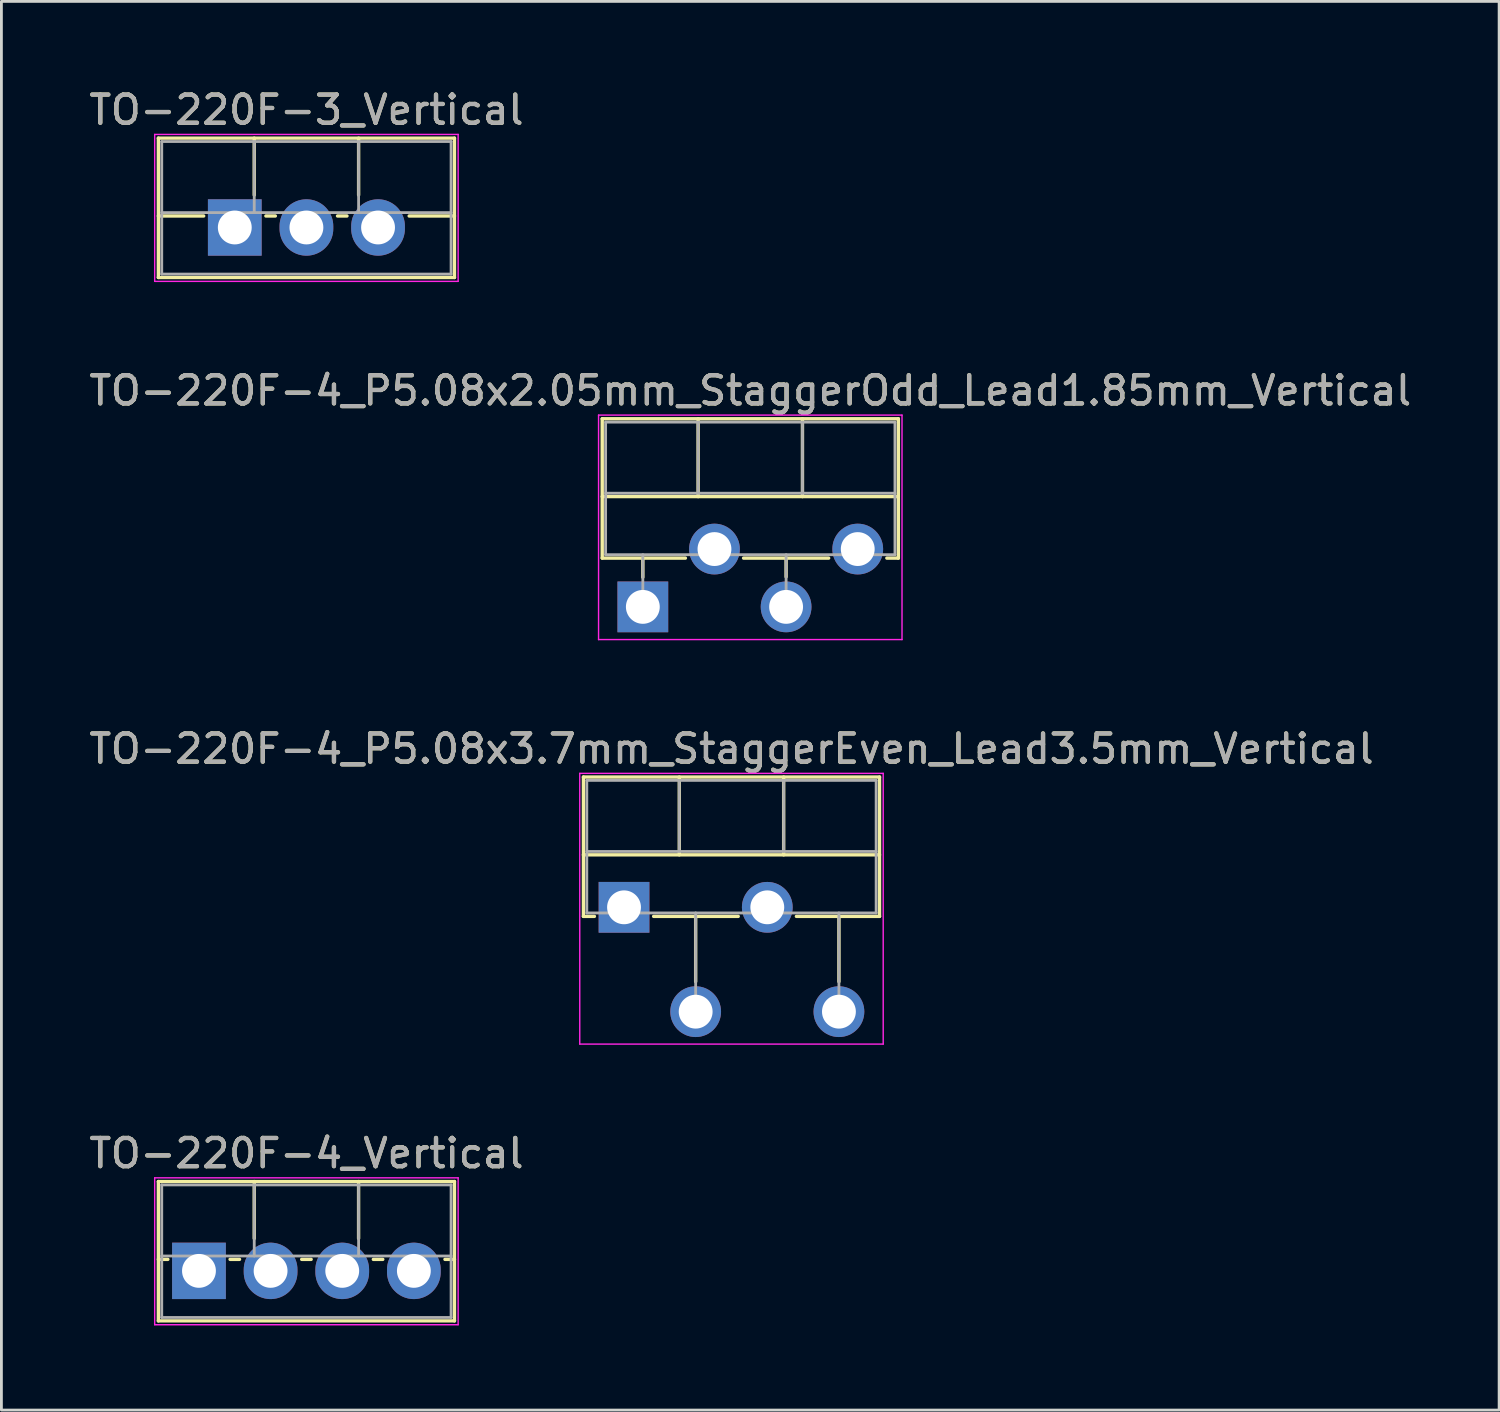
<source format=kicad_pcb>
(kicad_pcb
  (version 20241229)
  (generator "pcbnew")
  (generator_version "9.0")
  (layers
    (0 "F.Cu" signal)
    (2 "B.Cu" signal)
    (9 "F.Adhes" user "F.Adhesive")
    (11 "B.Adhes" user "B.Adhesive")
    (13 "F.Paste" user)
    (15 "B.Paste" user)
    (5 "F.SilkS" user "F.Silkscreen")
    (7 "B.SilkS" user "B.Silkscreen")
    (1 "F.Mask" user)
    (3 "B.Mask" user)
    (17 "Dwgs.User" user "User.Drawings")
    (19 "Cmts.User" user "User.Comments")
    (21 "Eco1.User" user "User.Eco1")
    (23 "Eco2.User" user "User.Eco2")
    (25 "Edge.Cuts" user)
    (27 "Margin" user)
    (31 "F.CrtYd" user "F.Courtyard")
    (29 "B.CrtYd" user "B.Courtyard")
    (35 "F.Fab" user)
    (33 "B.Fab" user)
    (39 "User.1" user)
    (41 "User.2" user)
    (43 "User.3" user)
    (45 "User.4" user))
  (footprint "TO-220F-4_P5.08x2.05mm_StaggerOdd_Lead1.85mm_Vertical"
    (layer "F.Cu")
    (at 19.744 18.469)
    (property "Reference" "TO-220F-4_P5.08x2.05mm_StaggerOdd_Lead1.85mm_Vertical" (at 3.81 -7.67 0) (layer "F.SilkS") (effects (font (size 1 1) (thickness 0.15))))
    (attr through_hole)
    (fp_line (start -1.44 -6.67) (end -1.44 -1.729) (stroke (width 0.12) (type solid)) (layer "F.SilkS"))
    (fp_line (start -1.44 -6.67) (end 9.06 -6.67) (stroke (width 0.12) (type solid)) (layer "F.SilkS"))
    (fp_line (start -1.44 -3.911) (end 9.06 -3.911) (stroke (width 0.12) (type solid)) (layer "F.SilkS"))
    (fp_line (start -1.44 -1.729) (end 1.509 -1.729) (stroke (width 0.12) (type solid)) (layer "F.SilkS"))
    (fp_line (start 0 -1.729) (end 0 -1.05) (stroke (width 0.12) (type solid)) (layer "F.SilkS"))
    (fp_line (start 1.96 -6.67) (end 1.96 -3.911) (stroke (width 0.12) (type solid)) (layer "F.SilkS"))
    (fp_line (start 3.572 -1.729) (end 6.589 -1.729) (stroke (width 0.12) (type solid)) (layer "F.SilkS"))
    (fp_line (start 5.08 -1.729) (end 5.08 -1.065) (stroke (width 0.12) (type solid)) (layer "F.SilkS"))
    (fp_line (start 5.66 -6.67) (end 5.66 -3.911) (stroke (width 0.12) (type solid)) (layer "F.SilkS"))
    (fp_line (start 8.652 -1.729) (end 9.06 -1.729) (stroke (width 0.12) (type solid)) (layer "F.SilkS"))
    (fp_line (start 9.06 -6.67) (end 9.06 -1.729) (stroke (width 0.12) (type solid)) (layer "F.SilkS"))
    (fp_line (start -1.57 -6.8) (end -1.57 1.16) (stroke (width 0.05) (type solid)) (layer "F.CrtYd"))
    (fp_line (start -1.57 1.16) (end 9.19 1.16) (stroke (width 0.05) (type solid)) (layer "F.CrtYd"))
    (fp_line (start 9.19 -6.8) (end -1.57 -6.8) (stroke (width 0.05) (type solid)) (layer "F.CrtYd"))
    (fp_line (start 9.19 1.16) (end 9.19 -6.8) (stroke (width 0.05) (type solid)) (layer "F.CrtYd"))
    (fp_line (start -1.32 -6.55) (end -1.32 -1.85) (stroke (width 0.1) (type solid)) (layer "F.Fab"))
    (fp_line (start -1.32 -4.03) (end 8.94 -4.03) (stroke (width 0.1) (type solid)) (layer "F.Fab"))
    (fp_line (start -1.32 -1.85) (end 8.94 -1.85) (stroke (width 0.1) (type solid)) (layer "F.Fab"))
    (fp_line (start 0 -1.85) (end 0 0) (stroke (width 0.1) (type solid)) (layer "F.Fab"))
    (fp_line (start 1.96 -6.55) (end 1.96 -4.03) (stroke (width 0.1) (type solid)) (layer "F.Fab"))
    (fp_line (start 5.08 -1.85) (end 5.08 0) (stroke (width 0.1) (type solid)) (layer "F.Fab"))
    (fp_line (start 5.66 -6.55) (end 5.66 -4.03) (stroke (width 0.1) (type solid)) (layer "F.Fab"))
    (fp_line (start 8.94 -6.55) (end -1.32 -6.55) (stroke (width 0.1) (type solid)) (layer "F.Fab"))
    (fp_line (start 8.94 -1.85) (end 8.94 -6.55) (stroke (width 0.1) (type solid)) (layer "F.Fab"))
    (fp_text user "${REFERENCE}" (at 3.81 -7.67 0) (layer "F.Fab") (effects (font (size 1 1) (thickness 0.15))))
    (pad "1" thru_hole rect (at 0 0) (size 1.8 1.8) (drill 1.2) (layers "*.Cu" "*.Mask"))
    (pad "2" thru_hole oval (at 2.54 -2.05) (size 1.8 1.8) (drill 1.2) (layers "*.Cu" "*.Mask"))
    (pad "3" thru_hole oval (at 5.08 0) (size 1.8 1.8) (drill 1.2) (layers "*.Cu" "*.Mask"))
    (pad "4" thru_hole oval (at 7.62 -2.05) (size 1.8 1.8) (drill 1.2) (layers "*.Cu" "*.Mask")))
  (footprint "TO-220F-4_P5.08x3.7mm_StaggerEven_Lead3.5mm_Vertical"
    (layer "F.Cu")
    (at 19.077 29.122)
    (property "Reference" "TO-220F-4_P5.08x3.7mm_StaggerEven_Lead3.5mm_Vertical" (at 3.81 -5.62 0) (layer "F.SilkS") (effects (font (size 1 1) (thickness 0.15))))
    (attr through_hole)
    (fp_line (start -1.44 -4.62) (end -1.44 0.321) (stroke (width 0.12) (type solid)) (layer "F.SilkS"))
    (fp_line (start -1.44 -4.62) (end 9.06 -4.62) (stroke (width 0.12) (type solid)) (layer "F.SilkS"))
    (fp_line (start -1.44 -1.861) (end 9.06 -1.861) (stroke (width 0.12) (type solid)) (layer "F.SilkS"))
    (fp_line (start -1.44 0.321) (end -1.05 0.321) (stroke (width 0.12) (type solid)) (layer "F.SilkS"))
    (fp_line (start 1.05 0.321) (end 4.049 0.321) (stroke (width 0.12) (type solid)) (layer "F.SilkS"))
    (fp_line (start 1.96 -4.62) (end 1.96 -1.861) (stroke (width 0.12) (type solid)) (layer "F.SilkS"))
    (fp_line (start 2.54 0.321) (end 2.54 2.635) (stroke (width 0.12) (type solid)) (layer "F.SilkS"))
    (fp_line (start 5.66 -4.62) (end 5.66 -1.861) (stroke (width 0.12) (type solid)) (layer "F.SilkS"))
    (fp_line (start 6.112 0.321) (end 9.06 0.321) (stroke (width 0.12) (type solid)) (layer "F.SilkS"))
    (fp_line (start 7.62 0.321) (end 7.62 2.635) (stroke (width 0.12) (type solid)) (layer "F.SilkS"))
    (fp_line (start 9.06 -4.62) (end 9.06 0.321) (stroke (width 0.12) (type solid)) (layer "F.SilkS"))
    (fp_line (start -1.57 -4.75) (end -1.57 4.85) (stroke (width 0.05) (type solid)) (layer "F.CrtYd"))
    (fp_line (start -1.57 4.85) (end 9.19 4.85) (stroke (width 0.05) (type solid)) (layer "F.CrtYd"))
    (fp_line (start 9.19 -4.75) (end -1.57 -4.75) (stroke (width 0.05) (type solid)) (layer "F.CrtYd"))
    (fp_line (start 9.19 4.85) (end 9.19 -4.75) (stroke (width 0.05) (type solid)) (layer "F.CrtYd"))
    (fp_line (start -1.32 -4.5) (end -1.32 0.2) (stroke (width 0.1) (type solid)) (layer "F.Fab"))
    (fp_line (start -1.32 -1.98) (end 8.94 -1.98) (stroke (width 0.1) (type solid)) (layer "F.Fab"))
    (fp_line (start -1.32 0.2) (end 8.94 0.2) (stroke (width 0.1) (type solid)) (layer "F.Fab"))
    (fp_line (start 1.96 -4.5) (end 1.96 -1.98) (stroke (width 0.1) (type solid)) (layer "F.Fab"))
    (fp_line (start 2.54 0.2) (end 2.54 3.7) (stroke (width 0.1) (type solid)) (layer "F.Fab"))
    (fp_line (start 5.66 -4.5) (end 5.66 -1.98) (stroke (width 0.1) (type solid)) (layer "F.Fab"))
    (fp_line (start 7.62 0.2) (end 7.62 3.7) (stroke (width 0.1) (type solid)) (layer "F.Fab"))
    (fp_line (start 8.94 -4.5) (end -1.32 -4.5) (stroke (width 0.1) (type solid)) (layer "F.Fab"))
    (fp_line (start 8.94 0.2) (end 8.94 -4.5) (stroke (width 0.1) (type solid)) (layer "F.Fab"))
    (fp_text user "${REFERENCE}" (at 3.81 -5.62 0) (layer "F.Fab") (effects (font (size 1 1) (thickness 0.15))))
    (pad "1" thru_hole rect (at 0 0) (size 1.8 1.8) (drill 1.2) (layers "*.Cu" "*.Mask"))
    (pad "2" thru_hole oval (at 2.54 3.7) (size 1.8 1.8) (drill 1.2) (layers "*.Cu" "*.Mask"))
    (pad "3" thru_hole oval (at 5.08 0) (size 1.8 1.8) (drill 1.2) (layers "*.Cu" "*.Mask"))
    (pad "4" thru_hole oval (at 7.62 3.7) (size 1.8 1.8) (drill 1.2) (layers "*.Cu" "*.Mask")))
  (footprint "TO-220F-4_Vertical"
    (layer "F.Cu")
    (at 4.005 42.013)
    (property "Reference" "TO-220F-4_Vertical" (at 3.81 -4.168 0) (layer "F.SilkS") (effects (font (size 1 1) (thickness 0.15))))
    (attr through_hole)
    (fp_line (start -1.44 -3.168) (end -1.44 1.773) (stroke (width 0.12) (type solid)) (layer "F.SilkS"))
    (fp_line (start -1.44 -3.168) (end 9.06 -3.168) (stroke (width 0.12) (type solid)) (layer "F.SilkS"))
    (fp_line (start -1.44 -0.408) (end -1.103 -0.408) (stroke (width 0.12) (type solid)) (layer "F.SilkS"))
    (fp_line (start -1.44 1.773) (end 9.06 1.773) (stroke (width 0.12) (type solid)) (layer "F.SilkS"))
    (fp_line (start 1.103 -0.408) (end 1.438 -0.408) (stroke (width 0.12) (type solid)) (layer "F.SilkS"))
    (fp_line (start 1.96 -3.168) (end 1.96 -1.15) (stroke (width 0.12) (type solid)) (layer "F.SilkS"))
    (fp_line (start 3.643 -0.408) (end 3.978 -0.408) (stroke (width 0.12) (type solid)) (layer "F.SilkS"))
    (fp_line (start 5.66 -3.168) (end 5.66 -1.15) (stroke (width 0.12) (type solid)) (layer "F.SilkS"))
    (fp_line (start 6.183 -0.408) (end 6.518 -0.408) (stroke (width 0.12) (type solid)) (layer "F.SilkS"))
    (fp_line (start 8.723 -0.408) (end 9.06 -0.408) (stroke (width 0.12) (type solid)) (layer "F.SilkS"))
    (fp_line (start 9.06 -3.168) (end 9.06 1.773) (stroke (width 0.12) (type solid)) (layer "F.SilkS"))
    (fp_line (start -1.57 -3.3) (end -1.57 1.91) (stroke (width 0.05) (type solid)) (layer "F.CrtYd"))
    (fp_line (start -1.57 1.91) (end 9.19 1.91) (stroke (width 0.05) (type solid)) (layer "F.CrtYd"))
    (fp_line (start 9.19 -3.3) (end -1.57 -3.3) (stroke (width 0.05) (type solid)) (layer "F.CrtYd"))
    (fp_line (start 9.19 1.91) (end 9.19 -3.3) (stroke (width 0.05) (type solid)) (layer "F.CrtYd"))
    (fp_line (start -1.32 -3.047) (end -1.32 1.653) (stroke (width 0.1) (type solid)) (layer "F.Fab"))
    (fp_line (start -1.32 -0.527) (end 8.94 -0.527) (stroke (width 0.1) (type solid)) (layer "F.Fab"))
    (fp_line (start -1.32 1.653) (end 8.94 1.653) (stroke (width 0.1) (type solid)) (layer "F.Fab"))
    (fp_line (start 1.96 -3.047) (end 1.96 -0.527) (stroke (width 0.1) (type solid)) (layer "F.Fab"))
    (fp_line (start 5.66 -3.047) (end 5.66 -0.527) (stroke (width 0.1) (type solid)) (layer "F.Fab"))
    (fp_line (start 8.94 -3.047) (end -1.32 -3.047) (stroke (width 0.1) (type solid)) (layer "F.Fab"))
    (fp_line (start 8.94 1.653) (end 8.94 -3.047) (stroke (width 0.1) (type solid)) (layer "F.Fab"))
    (fp_text user "${REFERENCE}" (at 3.81 -4.168 0) (layer "F.Fab") (effects (font (size 1 1) (thickness 0.15))))
    (pad "1" thru_hole rect (at 0 0) (size 1.905 2) (drill 1.2) (layers "*.Cu" "*.Mask"))
    (pad "2" thru_hole oval (at 2.54 0) (size 1.905 2) (drill 1.2) (layers "*.Cu" "*.Mask"))
    (pad "3" thru_hole oval (at 5.08 0) (size 1.905 2) (drill 1.2) (layers "*.Cu" "*.Mask"))
    (pad "4" thru_hole oval (at 7.62 0) (size 1.905 2) (drill 1.2) (layers "*.Cu" "*.Mask")))
  (footprint "TO-220F-3_Vertical"
    (layer "F.Cu")
    (at 5.275 5.016)
    (property "Reference" "TO-220F-3_Vertical" (at 2.54 -4.168 0) (layer "F.SilkS") (effects (font (size 1 1) (thickness 0.15))))
    (attr through_hole)
    (fp_line (start -2.71 -3.168) (end -2.71 1.773) (stroke (width 0.12) (type solid)) (layer "F.SilkS"))
    (fp_line (start -2.71 -3.168) (end 7.79 -3.168) (stroke (width 0.12) (type solid)) (layer "F.SilkS"))
    (fp_line (start -2.71 -0.408) (end -1.103 -0.408) (stroke (width 0.12) (type solid)) (layer "F.SilkS"))
    (fp_line (start -2.71 1.773) (end 7.79 1.773) (stroke (width 0.12) (type solid)) (layer "F.SilkS"))
    (fp_line (start 0.69 -3.168) (end 0.69 -1.15) (stroke (width 0.12) (type solid)) (layer "F.SilkS"))
    (fp_line (start 1.103 -0.408) (end 1.438 -0.408) (stroke (width 0.12) (type solid)) (layer "F.SilkS"))
    (fp_line (start 3.643 -0.408) (end 3.978 -0.408) (stroke (width 0.12) (type solid)) (layer "F.SilkS"))
    (fp_line (start 4.391 -3.168) (end 4.391 -1.15) (stroke (width 0.12) (type solid)) (layer "F.SilkS"))
    (fp_line (start 6.183 -0.408) (end 7.79 -0.408) (stroke (width 0.12) (type solid)) (layer "F.SilkS"))
    (fp_line (start 7.79 -3.168) (end 7.79 1.773) (stroke (width 0.12) (type solid)) (layer "F.SilkS"))
    (fp_line (start -2.84 -3.3) (end -2.84 1.91) (stroke (width 0.05) (type solid)) (layer "F.CrtYd"))
    (fp_line (start -2.84 1.91) (end 7.92 1.91) (stroke (width 0.05) (type solid)) (layer "F.CrtYd"))
    (fp_line (start 7.92 -3.3) (end -2.84 -3.3) (stroke (width 0.05) (type solid)) (layer "F.CrtYd"))
    (fp_line (start 7.92 1.91) (end 7.92 -3.3) (stroke (width 0.05) (type solid)) (layer "F.CrtYd"))
    (fp_line (start -2.59 -3.047) (end -2.59 1.653) (stroke (width 0.1) (type solid)) (layer "F.Fab"))
    (fp_line (start -2.59 -0.527) (end 7.67 -0.527) (stroke (width 0.1) (type solid)) (layer "F.Fab"))
    (fp_line (start -2.59 1.653) (end 7.67 1.653) (stroke (width 0.1) (type solid)) (layer "F.Fab"))
    (fp_line (start 0.69 -3.047) (end 0.69 -0.527) (stroke (width 0.1) (type solid)) (layer "F.Fab"))
    (fp_line (start 4.39 -3.047) (end 4.39 -0.527) (stroke (width 0.1) (type solid)) (layer "F.Fab"))
    (fp_line (start 7.67 -3.047) (end -2.59 -3.047) (stroke (width 0.1) (type solid)) (layer "F.Fab"))
    (fp_line (start 7.67 1.653) (end 7.67 -3.047) (stroke (width 0.1) (type solid)) (layer "F.Fab"))
    (fp_text user "${REFERENCE}" (at 2.54 -4.168 0) (layer "F.Fab") (effects (font (size 1 1) (thickness 0.15))))
    (pad "1" thru_hole rect (at 0 0) (size 1.905 2) (drill 1.2) (layers "*.Cu" "*.Mask"))
    (pad "2" thru_hole oval (at 2.54 0) (size 1.905 2) (drill 1.2) (layers "*.Cu" "*.Mask"))
    (pad "3" thru_hole oval (at 5.08 0) (size 1.905 2) (drill 1.2) (layers "*.Cu" "*.Mask")))
  (gr_rect
    (start -3 -3)
    (end 50.107 46.948)
    (stroke (width 0.1) (type default))
    (fill no)
    (layer "Edge.Cuts")))
</source>
